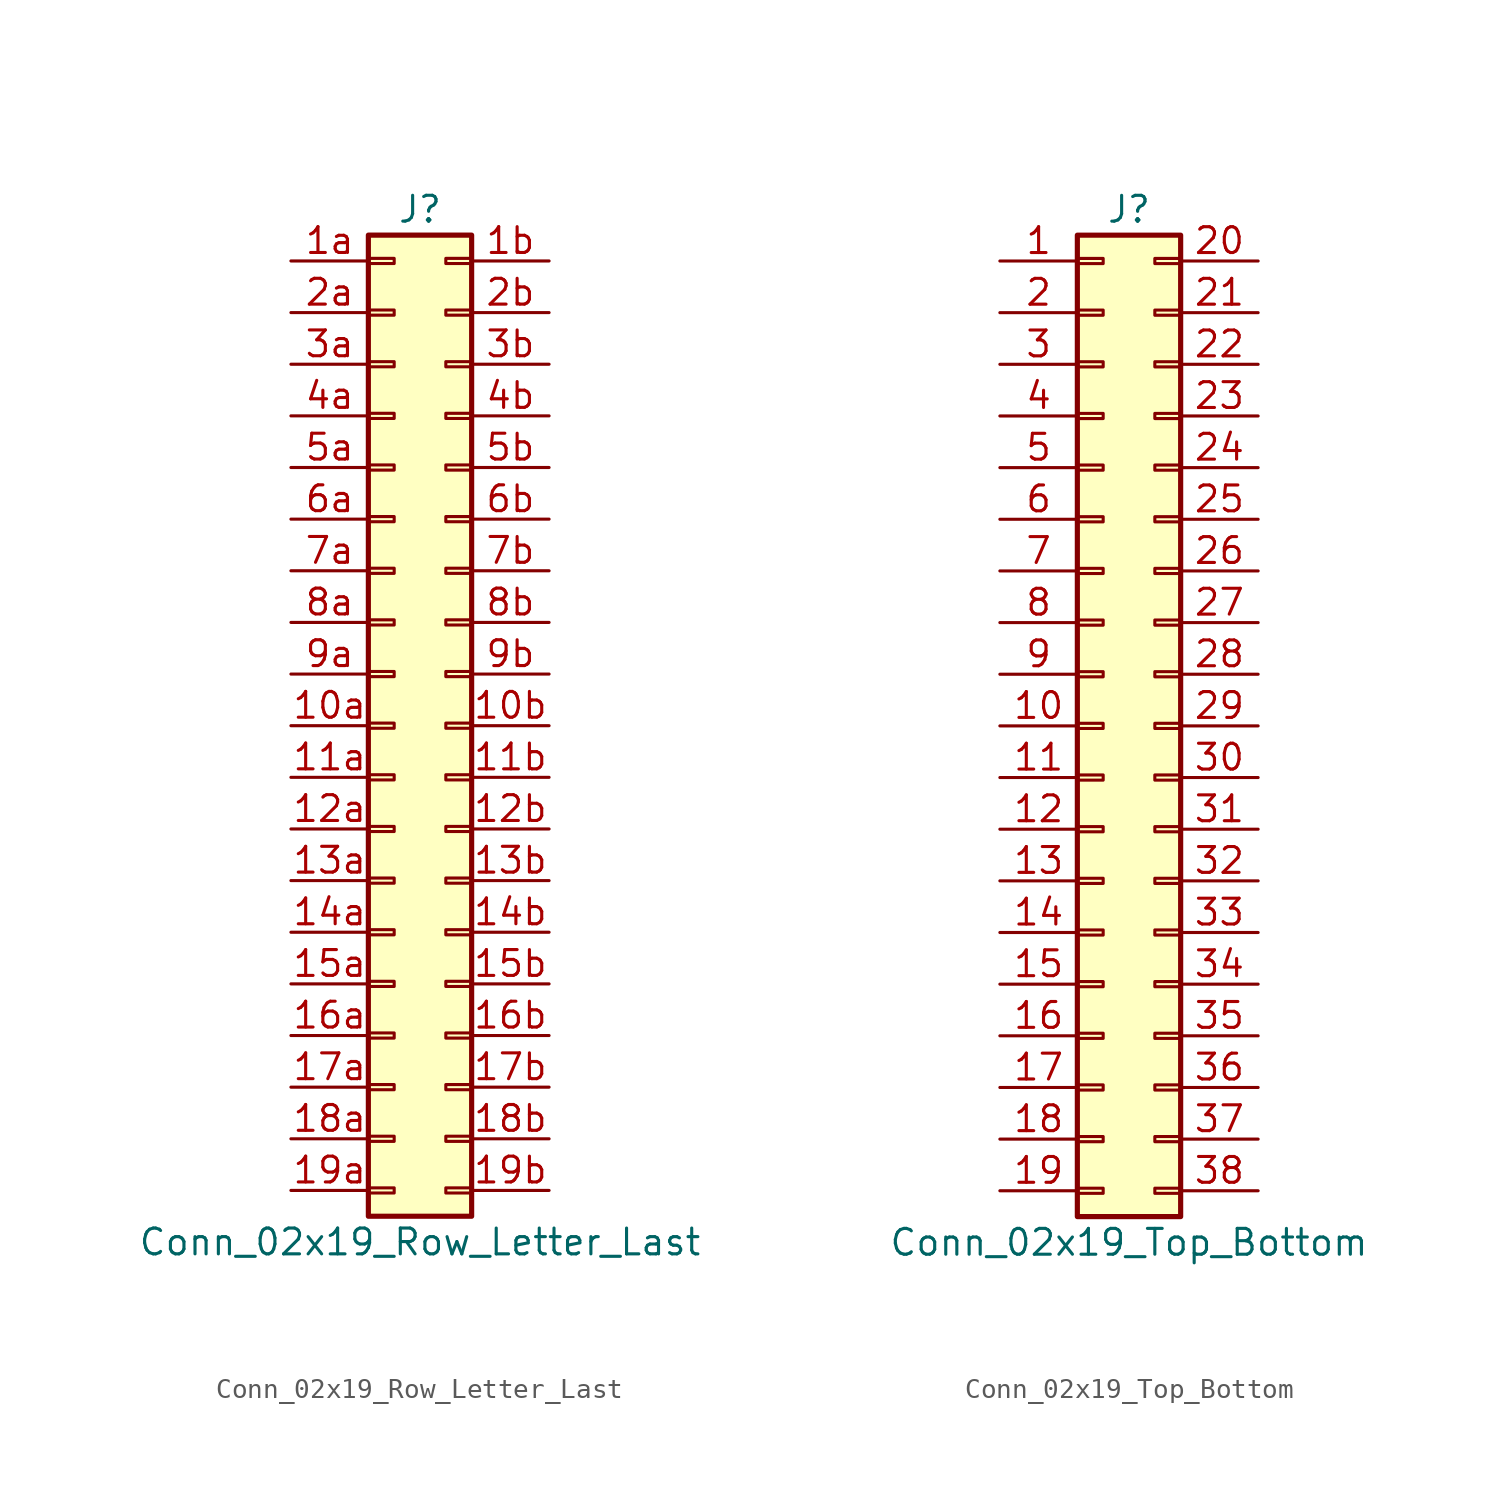
<source format=kicad_sym>
(kicad_symbol_lib
  (version 20201005)
  (generator kicad_symbol_editor)
  (symbol "Conn_02x19_Row_Letter_Last"
    (pin_names
      (offset 1.016) hide)
    (property "Reference" "J"
      (at 1.27 25.4 0)
      (effects (font (size 1.27 1.27))))
    (property "Value" "Conn_02x19_Row_Letter_Last"
      (at 1.27 -25.4 0)
      (effects (font (size 1.27 1.27))))
    (symbol "Conn_02x19_Row_Letter_Last_1_1"
      (rectangle (start -1.27 -22.733) (end 0 -22.987) (stroke (width 0.152)) (fill (type none)))
      (rectangle (start -1.27 -20.193) (end 0 -20.447) (stroke (width 0.152)) (fill (type none)))
      (rectangle (start -1.27 -17.653) (end 0 -17.907) (stroke (width 0.152)) (fill (type none)))
      (rectangle (start -1.27 -15.113) (end 0 -15.367) (stroke (width 0.152)) (fill (type none)))
      (rectangle (start -1.27 -12.573) (end 0 -12.827) (stroke (width 0.152)) (fill (type none)))
      (rectangle (start -1.27 -10.033) (end 0 -10.287) (stroke (width 0.152)) (fill (type none)))
      (rectangle (start -1.27 -7.493) (end 0 -7.747) (stroke (width 0.152)) (fill (type none)))
      (rectangle (start -1.27 -4.953) (end 0 -5.207) (stroke (width 0.152)) (fill (type none)))
      (rectangle (start -1.27 -2.413) (end 0 -2.667) (stroke (width 0.152)) (fill (type none)))
      (rectangle (start -1.27 0.127) (end 0 -0.127) (stroke (width 0.152)) (fill (type none)))
      (rectangle (start -1.27 2.667) (end 0 2.413) (stroke (width 0.152)) (fill (type none)))
      (rectangle (start -1.27 5.207) (end 0 4.953) (stroke (width 0.152)) (fill (type none)))
      (rectangle (start -1.27 7.747) (end 0 7.493) (stroke (width 0.152)) (fill (type none)))
      (rectangle (start -1.27 10.287) (end 0 10.033) (stroke (width 0.152)) (fill (type none)))
      (rectangle (start -1.27 12.827) (end 0 12.573) (stroke (width 0.152)) (fill (type none)))
      (rectangle (start -1.27 15.367) (end 0 15.113) (stroke (width 0.152)) (fill (type none)))
      (rectangle (start -1.27 17.907) (end 0 17.653) (stroke (width 0.152)) (fill (type none)))
      (rectangle (start -1.27 20.447) (end 0 20.193) (stroke (width 0.152)) (fill (type none)))
      (rectangle (start -1.27 22.987) (end 0 22.733) (stroke (width 0.152)) (fill (type none)))
      (rectangle (start -1.27 24.13) (end 3.81 -24.13) (stroke (width 0.254)) (fill (type background)))
      (rectangle (start 3.81 -22.733) (end 2.54 -22.987) (stroke (width 0.152)) (fill (type none)))
      (rectangle (start 3.81 -20.193) (end 2.54 -20.447) (stroke (width 0.152)) (fill (type none)))
      (rectangle (start 3.81 -17.653) (end 2.54 -17.907) (stroke (width 0.152)) (fill (type none)))
      (rectangle (start 3.81 -15.113) (end 2.54 -15.367) (stroke (width 0.152)) (fill (type none)))
      (rectangle (start 3.81 -12.573) (end 2.54 -12.827) (stroke (width 0.152)) (fill (type none)))
      (rectangle (start 3.81 -10.033) (end 2.54 -10.287) (stroke (width 0.152)) (fill (type none)))
      (rectangle (start 3.81 -7.493) (end 2.54 -7.747) (stroke (width 0.152)) (fill (type none)))
      (rectangle (start 3.81 -4.953) (end 2.54 -5.207) (stroke (width 0.152)) (fill (type none)))
      (rectangle (start 3.81 -2.413) (end 2.54 -2.667) (stroke (width 0.152)) (fill (type none)))
      (rectangle (start 3.81 0.127) (end 2.54 -0.127) (stroke (width 0.152)) (fill (type none)))
      (rectangle (start 3.81 2.667) (end 2.54 2.413) (stroke (width 0.152)) (fill (type none)))
      (rectangle (start 3.81 5.207) (end 2.54 4.953) (stroke (width 0.152)) (fill (type none)))
      (rectangle (start 3.81 7.747) (end 2.54 7.493) (stroke (width 0.152)) (fill (type none)))
      (rectangle (start 3.81 10.287) (end 2.54 10.033) (stroke (width 0.152)) (fill (type none)))
      (rectangle (start 3.81 12.827) (end 2.54 12.573) (stroke (width 0.152)) (fill (type none)))
      (rectangle (start 3.81 15.367) (end 2.54 15.113) (stroke (width 0.152)) (fill (type none)))
      (rectangle (start 3.81 17.907) (end 2.54 17.653) (stroke (width 0.152)) (fill (type none)))
      (rectangle (start 3.81 20.447) (end 2.54 20.193) (stroke (width 0.152)) (fill (type none)))
      (rectangle (start 3.81 22.987) (end 2.54 22.733) (stroke (width 0.152)) (fill (type none)))
      (pin passive line (at -5.08 0 0) (length 3.81) (name "Pin_10a" (effects (font (size 1.27 1.27)))) (number "10a" (effects (font (size 1.27 1.27)))))
      (pin passive line (at 7.62 0 180) (length 3.81) (name "Pin_10b" (effects (font (size 1.27 1.27)))) (number "10b" (effects (font (size 1.27 1.27)))))
      (pin passive line (at -5.08 -2.54 0) (length 3.81) (name "Pin_11a" (effects (font (size 1.27 1.27)))) (number "11a" (effects (font (size 1.27 1.27)))))
      (pin passive line (at 7.62 -2.54 180) (length 3.81) (name "Pin_11b" (effects (font (size 1.27 1.27)))) (number "11b" (effects (font (size 1.27 1.27)))))
      (pin passive line (at -5.08 -5.08 0) (length 3.81) (name "Pin_12a" (effects (font (size 1.27 1.27)))) (number "12a" (effects (font (size 1.27 1.27)))))
      (pin passive line (at 7.62 -5.08 180) (length 3.81) (name "Pin_12b" (effects (font (size 1.27 1.27)))) (number "12b" (effects (font (size 1.27 1.27)))))
      (pin passive line (at -5.08 -7.62 0) (length 3.81) (name "Pin_13a" (effects (font (size 1.27 1.27)))) (number "13a" (effects (font (size 1.27 1.27)))))
      (pin passive line (at 7.62 -7.62 180) (length 3.81) (name "Pin_13b" (effects (font (size 1.27 1.27)))) (number "13b" (effects (font (size 1.27 1.27)))))
      (pin passive line (at -5.08 -10.16 0) (length 3.81) (name "Pin_14a" (effects (font (size 1.27 1.27)))) (number "14a" (effects (font (size 1.27 1.27)))))
      (pin passive line (at 7.62 -10.16 180) (length 3.81) (name "Pin_14b" (effects (font (size 1.27 1.27)))) (number "14b" (effects (font (size 1.27 1.27)))))
      (pin passive line (at -5.08 -12.7 0) (length 3.81) (name "Pin_15a" (effects (font (size 1.27 1.27)))) (number "15a" (effects (font (size 1.27 1.27)))))
      (pin passive line (at 7.62 -12.7 180) (length 3.81) (name "Pin_15b" (effects (font (size 1.27 1.27)))) (number "15b" (effects (font (size 1.27 1.27)))))
      (pin passive line (at -5.08 -15.24 0) (length 3.81) (name "Pin_16a" (effects (font (size 1.27 1.27)))) (number "16a" (effects (font (size 1.27 1.27)))))
      (pin passive line (at 7.62 -15.24 180) (length 3.81) (name "Pin_16b" (effects (font (size 1.27 1.27)))) (number "16b" (effects (font (size 1.27 1.27)))))
      (pin passive line (at -5.08 -17.78 0) (length 3.81) (name "Pin_17a" (effects (font (size 1.27 1.27)))) (number "17a" (effects (font (size 1.27 1.27)))))
      (pin passive line (at 7.62 -17.78 180) (length 3.81) (name "Pin_17b" (effects (font (size 1.27 1.27)))) (number "17b" (effects (font (size 1.27 1.27)))))
      (pin passive line (at -5.08 -20.32 0) (length 3.81) (name "Pin_18a" (effects (font (size 1.27 1.27)))) (number "18a" (effects (font (size 1.27 1.27)))))
      (pin passive line (at 7.62 -20.32 180) (length 3.81) (name "Pin_18b" (effects (font (size 1.27 1.27)))) (number "18b" (effects (font (size 1.27 1.27)))))
      (pin passive line (at -5.08 -22.86 0) (length 3.81) (name "Pin_19a" (effects (font (size 1.27 1.27)))) (number "19a" (effects (font (size 1.27 1.27)))))
      (pin passive line (at 7.62 -22.86 180) (length 3.81) (name "Pin_19b" (effects (font (size 1.27 1.27)))) (number "19b" (effects (font (size 1.27 1.27)))))
      (pin passive line (at -5.08 22.86 0) (length 3.81) (name "Pin_1a" (effects (font (size 1.27 1.27)))) (number "1a" (effects (font (size 1.27 1.27)))))
      (pin passive line (at 7.62 22.86 180) (length 3.81) (name "Pin_1b" (effects (font (size 1.27 1.27)))) (number "1b" (effects (font (size 1.27 1.27)))))
      (pin passive line (at -5.08 20.32 0) (length 3.81) (name "Pin_2a" (effects (font (size 1.27 1.27)))) (number "2a" (effects (font (size 1.27 1.27)))))
      (pin passive line (at 7.62 20.32 180) (length 3.81) (name "Pin_2b" (effects (font (size 1.27 1.27)))) (number "2b" (effects (font (size 1.27 1.27)))))
      (pin passive line (at -5.08 17.78 0) (length 3.81) (name "Pin_3a" (effects (font (size 1.27 1.27)))) (number "3a" (effects (font (size 1.27 1.27)))))
      (pin passive line (at 7.62 17.78 180) (length 3.81) (name "Pin_3b" (effects (font (size 1.27 1.27)))) (number "3b" (effects (font (size 1.27 1.27)))))
      (pin passive line (at -5.08 15.24 0) (length 3.81) (name "Pin_4a" (effects (font (size 1.27 1.27)))) (number "4a" (effects (font (size 1.27 1.27)))))
      (pin passive line (at 7.62 15.24 180) (length 3.81) (name "Pin_4b" (effects (font (size 1.27 1.27)))) (number "4b" (effects (font (size 1.27 1.27)))))
      (pin passive line (at -5.08 12.7 0) (length 3.81) (name "Pin_5a" (effects (font (size 1.27 1.27)))) (number "5a" (effects (font (size 1.27 1.27)))))
      (pin passive line (at 7.62 12.7 180) (length 3.81) (name "Pin_5b" (effects (font (size 1.27 1.27)))) (number "5b" (effects (font (size 1.27 1.27)))))
      (pin passive line (at -5.08 10.16 0) (length 3.81) (name "Pin_6a" (effects (font (size 1.27 1.27)))) (number "6a" (effects (font (size 1.27 1.27)))))
      (pin passive line (at 7.62 10.16 180) (length 3.81) (name "Pin_6b" (effects (font (size 1.27 1.27)))) (number "6b" (effects (font (size 1.27 1.27)))))
      (pin passive line (at -5.08 7.62 0) (length 3.81) (name "Pin_7a" (effects (font (size 1.27 1.27)))) (number "7a" (effects (font (size 1.27 1.27)))))
      (pin passive line (at 7.62 7.62 180) (length 3.81) (name "Pin_7b" (effects (font (size 1.27 1.27)))) (number "7b" (effects (font (size 1.27 1.27)))))
      (pin passive line (at -5.08 5.08 0) (length 3.81) (name "Pin_8a" (effects (font (size 1.27 1.27)))) (number "8a" (effects (font (size 1.27 1.27)))))
      (pin passive line (at 7.62 5.08 180) (length 3.81) (name "Pin_8b" (effects (font (size 1.27 1.27)))) (number "8b" (effects (font (size 1.27 1.27)))))
      (pin passive line (at -5.08 2.54 0) (length 3.81) (name "Pin_9a" (effects (font (size 1.27 1.27)))) (number "9a" (effects (font (size 1.27 1.27)))))
      (pin passive line (at 7.62 2.54 180) (length 3.81) (name "Pin_9b" (effects (font (size 1.27 1.27)))) (number "9b" (effects (font (size 1.27 1.27)))))))
  (symbol "Conn_02x19_Top_Bottom"
    (pin_names
      (offset 1.016) hide)
    (property "Reference" "J"
      (at 1.27 25.4 0)
      (effects (font (size 1.27 1.27))))
    (property "Value" "Conn_02x19_Top_Bottom"
      (at 1.27 -25.4 0)
      (effects (font (size 1.27 1.27))))
    (symbol "Conn_02x19_Top_Bottom_1_1"
      (rectangle (start -1.27 -22.733) (end 0 -22.987) (stroke (width 0.152)) (fill (type none)))
      (rectangle (start -1.27 -20.193) (end 0 -20.447) (stroke (width 0.152)) (fill (type none)))
      (rectangle (start -1.27 -17.653) (end 0 -17.907) (stroke (width 0.152)) (fill (type none)))
      (rectangle (start -1.27 -15.113) (end 0 -15.367) (stroke (width 0.152)) (fill (type none)))
      (rectangle (start -1.27 -12.573) (end 0 -12.827) (stroke (width 0.152)) (fill (type none)))
      (rectangle (start -1.27 -10.033) (end 0 -10.287) (stroke (width 0.152)) (fill (type none)))
      (rectangle (start -1.27 -7.493) (end 0 -7.747) (stroke (width 0.152)) (fill (type none)))
      (rectangle (start -1.27 -4.953) (end 0 -5.207) (stroke (width 0.152)) (fill (type none)))
      (rectangle (start -1.27 -2.413) (end 0 -2.667) (stroke (width 0.152)) (fill (type none)))
      (rectangle (start -1.27 0.127) (end 0 -0.127) (stroke (width 0.152)) (fill (type none)))
      (rectangle (start -1.27 2.667) (end 0 2.413) (stroke (width 0.152)) (fill (type none)))
      (rectangle (start -1.27 5.207) (end 0 4.953) (stroke (width 0.152)) (fill (type none)))
      (rectangle (start -1.27 7.747) (end 0 7.493) (stroke (width 0.152)) (fill (type none)))
      (rectangle (start -1.27 10.287) (end 0 10.033) (stroke (width 0.152)) (fill (type none)))
      (rectangle (start -1.27 12.827) (end 0 12.573) (stroke (width 0.152)) (fill (type none)))
      (rectangle (start -1.27 15.367) (end 0 15.113) (stroke (width 0.152)) (fill (type none)))
      (rectangle (start -1.27 17.907) (end 0 17.653) (stroke (width 0.152)) (fill (type none)))
      (rectangle (start -1.27 20.447) (end 0 20.193) (stroke (width 0.152)) (fill (type none)))
      (rectangle (start -1.27 22.987) (end 0 22.733) (stroke (width 0.152)) (fill (type none)))
      (rectangle (start -1.27 24.13) (end 3.81 -24.13) (stroke (width 0.254)) (fill (type background)))
      (rectangle (start 3.81 -22.733) (end 2.54 -22.987) (stroke (width 0.152)) (fill (type none)))
      (rectangle (start 3.81 -20.193) (end 2.54 -20.447) (stroke (width 0.152)) (fill (type none)))
      (rectangle (start 3.81 -17.653) (end 2.54 -17.907) (stroke (width 0.152)) (fill (type none)))
      (rectangle (start 3.81 -15.113) (end 2.54 -15.367) (stroke (width 0.152)) (fill (type none)))
      (rectangle (start 3.81 -12.573) (end 2.54 -12.827) (stroke (width 0.152)) (fill (type none)))
      (rectangle (start 3.81 -10.033) (end 2.54 -10.287) (stroke (width 0.152)) (fill (type none)))
      (rectangle (start 3.81 -7.493) (end 2.54 -7.747) (stroke (width 0.152)) (fill (type none)))
      (rectangle (start 3.81 -4.953) (end 2.54 -5.207) (stroke (width 0.152)) (fill (type none)))
      (rectangle (start 3.81 -2.413) (end 2.54 -2.667) (stroke (width 0.152)) (fill (type none)))
      (rectangle (start 3.81 0.127) (end 2.54 -0.127) (stroke (width 0.152)) (fill (type none)))
      (rectangle (start 3.81 2.667) (end 2.54 2.413) (stroke (width 0.152)) (fill (type none)))
      (rectangle (start 3.81 5.207) (end 2.54 4.953) (stroke (width 0.152)) (fill (type none)))
      (rectangle (start 3.81 7.747) (end 2.54 7.493) (stroke (width 0.152)) (fill (type none)))
      (rectangle (start 3.81 10.287) (end 2.54 10.033) (stroke (width 0.152)) (fill (type none)))
      (rectangle (start 3.81 12.827) (end 2.54 12.573) (stroke (width 0.152)) (fill (type none)))
      (rectangle (start 3.81 15.367) (end 2.54 15.113) (stroke (width 0.152)) (fill (type none)))
      (rectangle (start 3.81 17.907) (end 2.54 17.653) (stroke (width 0.152)) (fill (type none)))
      (rectangle (start 3.81 20.447) (end 2.54 20.193) (stroke (width 0.152)) (fill (type none)))
      (rectangle (start 3.81 22.987) (end 2.54 22.733) (stroke (width 0.152)) (fill (type none)))
      (pin passive line (at -5.08 22.86 0) (length 3.81) (name "Pin_1" (effects (font (size 1.27 1.27)))) (number "1" (effects (font (size 1.27 1.27)))))
      (pin passive line (at -5.08 0 0) (length 3.81) (name "Pin_10" (effects (font (size 1.27 1.27)))) (number "10" (effects (font (size 1.27 1.27)))))
      (pin passive line (at -5.08 -2.54 0) (length 3.81) (name "Pin_11" (effects (font (size 1.27 1.27)))) (number "11" (effects (font (size 1.27 1.27)))))
      (pin passive line (at -5.08 -5.08 0) (length 3.81) (name "Pin_12" (effects (font (size 1.27 1.27)))) (number "12" (effects (font (size 1.27 1.27)))))
      (pin passive line (at -5.08 -7.62 0) (length 3.81) (name "Pin_13" (effects (font (size 1.27 1.27)))) (number "13" (effects (font (size 1.27 1.27)))))
      (pin passive line (at -5.08 -10.16 0) (length 3.81) (name "Pin_14" (effects (font (size 1.27 1.27)))) (number "14" (effects (font (size 1.27 1.27)))))
      (pin passive line (at -5.08 -12.7 0) (length 3.81) (name "Pin_15" (effects (font (size 1.27 1.27)))) (number "15" (effects (font (size 1.27 1.27)))))
      (pin passive line (at -5.08 -15.24 0) (length 3.81) (name "Pin_16" (effects (font (size 1.27 1.27)))) (number "16" (effects (font (size 1.27 1.27)))))
      (pin passive line (at -5.08 -17.78 0) (length 3.81) (name "Pin_17" (effects (font (size 1.27 1.27)))) (number "17" (effects (font (size 1.27 1.27)))))
      (pin passive line (at -5.08 -20.32 0) (length 3.81) (name "Pin_18" (effects (font (size 1.27 1.27)))) (number "18" (effects (font (size 1.27 1.27)))))
      (pin passive line (at -5.08 -22.86 0) (length 3.81) (name "Pin_19" (effects (font (size 1.27 1.27)))) (number "19" (effects (font (size 1.27 1.27)))))
      (pin passive line (at -5.08 20.32 0) (length 3.81) (name "Pin_2" (effects (font (size 1.27 1.27)))) (number "2" (effects (font (size 1.27 1.27)))))
      (pin passive line (at 7.62 22.86 180) (length 3.81) (name "Pin_20" (effects (font (size 1.27 1.27)))) (number "20" (effects (font (size 1.27 1.27)))))
      (pin passive line (at 7.62 20.32 180) (length 3.81) (name "Pin_21" (effects (font (size 1.27 1.27)))) (number "21" (effects (font (size 1.27 1.27)))))
      (pin passive line (at 7.62 17.78 180) (length 3.81) (name "Pin_22" (effects (font (size 1.27 1.27)))) (number "22" (effects (font (size 1.27 1.27)))))
      (pin passive line (at 7.62 15.24 180) (length 3.81) (name "Pin_23" (effects (font (size 1.27 1.27)))) (number "23" (effects (font (size 1.27 1.27)))))
      (pin passive line (at 7.62 12.7 180) (length 3.81) (name "Pin_24" (effects (font (size 1.27 1.27)))) (number "24" (effects (font (size 1.27 1.27)))))
      (pin passive line (at 7.62 10.16 180) (length 3.81) (name "Pin_25" (effects (font (size 1.27 1.27)))) (number "25" (effects (font (size 1.27 1.27)))))
      (pin passive line (at 7.62 7.62 180) (length 3.81) (name "Pin_26" (effects (font (size 1.27 1.27)))) (number "26" (effects (font (size 1.27 1.27)))))
      (pin passive line (at 7.62 5.08 180) (length 3.81) (name "Pin_27" (effects (font (size 1.27 1.27)))) (number "27" (effects (font (size 1.27 1.27)))))
      (pin passive line (at 7.62 2.54 180) (length 3.81) (name "Pin_28" (effects (font (size 1.27 1.27)))) (number "28" (effects (font (size 1.27 1.27)))))
      (pin passive line (at 7.62 0 180) (length 3.81) (name "Pin_29" (effects (font (size 1.27 1.27)))) (number "29" (effects (font (size 1.27 1.27)))))
      (pin passive line (at -5.08 17.78 0) (length 3.81) (name "Pin_3" (effects (font (size 1.27 1.27)))) (number "3" (effects (font (size 1.27 1.27)))))
      (pin passive line (at 7.62 -2.54 180) (length 3.81) (name "Pin_30" (effects (font (size 1.27 1.27)))) (number "30" (effects (font (size 1.27 1.27)))))
      (pin passive line (at 7.62 -5.08 180) (length 3.81) (name "Pin_31" (effects (font (size 1.27 1.27)))) (number "31" (effects (font (size 1.27 1.27)))))
      (pin passive line (at 7.62 -7.62 180) (length 3.81) (name "Pin_32" (effects (font (size 1.27 1.27)))) (number "32" (effects (font (size 1.27 1.27)))))
      (pin passive line (at 7.62 -10.16 180) (length 3.81) (name "Pin_33" (effects (font (size 1.27 1.27)))) (number "33" (effects (font (size 1.27 1.27)))))
      (pin passive line (at 7.62 -12.7 180) (length 3.81) (name "Pin_34" (effects (font (size 1.27 1.27)))) (number "34" (effects (font (size 1.27 1.27)))))
      (pin passive line (at 7.62 -15.24 180) (length 3.81) (name "Pin_35" (effects (font (size 1.27 1.27)))) (number "35" (effects (font (size 1.27 1.27)))))
      (pin passive line (at 7.62 -17.78 180) (length 3.81) (name "Pin_36" (effects (font (size 1.27 1.27)))) (number "36" (effects (font (size 1.27 1.27)))))
      (pin passive line (at 7.62 -20.32 180) (length 3.81) (name "Pin_37" (effects (font (size 1.27 1.27)))) (number "37" (effects (font (size 1.27 1.27)))))
      (pin passive line (at 7.62 -22.86 180) (length 3.81) (name "Pin_38" (effects (font (size 1.27 1.27)))) (number "38" (effects (font (size 1.27 1.27)))))
      (pin passive line (at -5.08 15.24 0) (length 3.81) (name "Pin_4" (effects (font (size 1.27 1.27)))) (number "4" (effects (font (size 1.27 1.27)))))
      (pin passive line (at -5.08 12.7 0) (length 3.81) (name "Pin_5" (effects (font (size 1.27 1.27)))) (number "5" (effects (font (size 1.27 1.27)))))
      (pin passive line (at -5.08 10.16 0) (length 3.81) (name "Pin_6" (effects (font (size 1.27 1.27)))) (number "6" (effects (font (size 1.27 1.27)))))
      (pin passive line (at -5.08 7.62 0) (length 3.81) (name "Pin_7" (effects (font (size 1.27 1.27)))) (number "7" (effects (font (size 1.27 1.27)))))
      (pin passive line (at -5.08 5.08 0) (length 3.81) (name "Pin_8" (effects (font (size 1.27 1.27)))) (number "8" (effects (font (size 1.27 1.27)))))
      (pin passive line (at -5.08 2.54 0) (length 3.81) (name "Pin_9" (effects (font (size 1.27 1.27)))) (number "9" (effects (font (size 1.27 1.27))))))))
</source>
